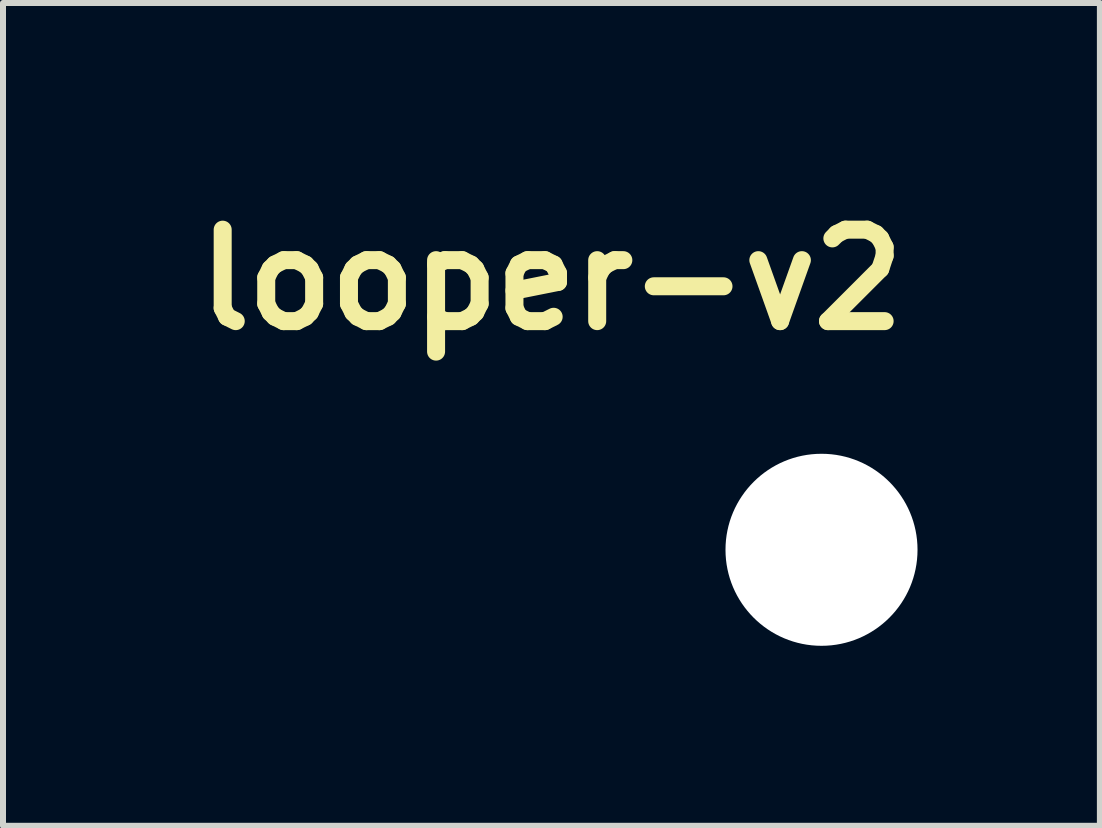
<source format=kicad_pcb>
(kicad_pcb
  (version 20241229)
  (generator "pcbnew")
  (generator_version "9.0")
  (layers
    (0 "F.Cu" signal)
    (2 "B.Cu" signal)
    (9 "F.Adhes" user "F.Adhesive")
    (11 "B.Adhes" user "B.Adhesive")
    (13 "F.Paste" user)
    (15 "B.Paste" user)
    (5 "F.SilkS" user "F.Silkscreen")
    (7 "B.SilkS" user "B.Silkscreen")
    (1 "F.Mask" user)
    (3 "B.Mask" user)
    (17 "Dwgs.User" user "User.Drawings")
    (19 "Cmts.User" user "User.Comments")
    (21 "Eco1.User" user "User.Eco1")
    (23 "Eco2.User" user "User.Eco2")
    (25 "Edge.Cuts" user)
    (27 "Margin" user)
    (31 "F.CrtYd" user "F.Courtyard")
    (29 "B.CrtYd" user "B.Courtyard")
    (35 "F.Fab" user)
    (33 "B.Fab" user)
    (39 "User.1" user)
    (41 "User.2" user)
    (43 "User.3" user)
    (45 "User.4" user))
  (footprint "looper-v2"
    (layer "F.Cu")
    (at 10.64 6.112)
    (property "Reference" "looper-v2" (at -4.5 -4.5 0) (layer "F.SilkS") (effects (font (size 1.524 1.524) (thickness 0.3))))
    (attr through_hole)
    (fp_poly (pts (xy -5.595 -6.101) (xy -5.573 -6.093) (xy -5.56 -6.084) (xy -5.535 -6.063) (xy -5.5 -6.03) (xy -5.454 -5.986) (xy -5.397 -5.932) (xy -5.331 -5.868) (xy -5.256 -5.793) (xy -5.172 -5.71) (xy -5.147 -5.685) (xy -5.08 -5.618) (xy -5.016 -5.554) (xy -4.957 -5.494) (xy -4.903 -5.441) (xy -4.856 -5.393) (xy -4.817 -5.353) (xy -4.787 -5.322) (xy -4.765 -5.3) (xy -4.755 -5.289) (xy -4.754 -5.287) (xy -4.76 -5.281) (xy -4.777 -5.263) (xy -4.804 -5.236) (xy -4.839 -5.199) (xy -4.883 -5.155) (xy -4.935 -5.103) (xy -4.992 -5.046) (xy -5.054 -4.984) (xy -5.121 -4.917) (xy -5.154 -4.884) (xy -5.233 -4.805) (xy -5.302 -4.737) (xy -5.36 -4.679) (xy -5.409 -4.631) (xy -5.45 -4.591) (xy -5.484 -4.559) (xy -5.511 -4.534) (xy -5.533 -4.514) (xy -5.55 -4.5) (xy -5.564 -4.489) (xy -5.575 -4.482) (xy -5.585 -4.478) (xy -5.594 -4.475) (xy -5.595 -4.474) (xy -5.645 -4.469) (xy -5.694 -4.479) (xy -5.738 -4.503) (xy -5.773 -4.538) (xy -5.787 -4.559) (xy -5.799 -4.598) (xy -5.803 -4.642) (xy -5.798 -4.684) (xy -5.79 -4.706) (xy -5.781 -4.718) (xy -5.761 -4.741) (xy -5.733 -4.772) (xy -5.697 -4.811) (xy -5.655 -4.854) (xy -5.609 -4.901) (xy -5.585 -4.926) (xy -5.393 -5.119) (xy -5.715 -5.115) (xy -5.797 -5.115) (xy -5.865 -5.114) (xy -5.92 -5.113) (xy -5.965 -5.111) (xy -6 -5.11) (xy -6.029 -5.108) (xy -6.054 -5.105) (xy -6.075 -5.101) (xy -6.097 -5.097) (xy -6.12 -5.092) (xy -6.127 -5.09) (xy -6.262 -5.05) (xy -6.388 -4.996) (xy -6.504 -4.93) (xy -6.61 -4.852) (xy -6.69 -4.776) (xy -6.747 -4.711) (xy -6.795 -4.645) (xy -6.837 -4.572) (xy -6.858 -4.531) (xy -6.891 -4.454) (xy -6.914 -4.378) (xy -6.928 -4.299) (xy -6.935 -4.214) (xy -6.935 -4.107) (xy -6.923 -4.009) (xy -6.899 -3.916) (xy -6.862 -3.823) (xy -6.852 -3.803) (xy -6.787 -3.692) (xy -6.709 -3.593) (xy -6.619 -3.503) (xy -6.517 -3.426) (xy -6.403 -3.359) (xy -6.277 -3.305) (xy -6.142 -3.262) (xy -6.091 -3.25) (xy -6.082 -3.248) (xy -6.071 -3.247) (xy -6.059 -3.245) (xy -6.045 -3.244) (xy -6.028 -3.242) (xy -6.007 -3.241) (xy -5.981 -3.24) (xy -5.949 -3.239) (xy -5.912 -3.238) (xy -5.867 -3.238) (xy -5.815 -3.237) (xy -5.755 -3.236) (xy -5.685 -3.236) (xy -5.605 -3.236) (xy -5.514 -3.235) (xy -5.412 -3.235) (xy -5.298 -3.235) (xy -5.17 -3.235) (xy -5.029 -3.235) (xy -4.873 -3.235) (xy -4.702 -3.235) (xy -4.514 -3.235) (xy -4.5 -3.235) (xy -4.311 -3.235) (xy -4.139 -3.235) (xy -3.982 -3.235) (xy -3.839 -3.235) (xy -3.71 -3.235) (xy -3.595 -3.235) (xy -3.492 -3.235) (xy -3.4 -3.236) (xy -3.319 -3.236) (xy -3.249 -3.236) (xy -3.187 -3.237) (xy -3.135 -3.238) (xy -3.089 -3.238) (xy -3.051 -3.239) (xy -3.019 -3.24) (xy -2.993 -3.241) (xy -2.971 -3.242) (xy -2.954 -3.244) (xy -2.939 -3.245) (xy -2.927 -3.247) (xy -2.917 -3.248) (xy -2.909 -3.25) (xy -2.77 -3.287) (xy -2.64 -3.338) (xy -2.521 -3.401) (xy -2.413 -3.477) (xy -2.316 -3.566) (xy -2.311 -3.571) (xy -2.251 -3.639) (xy -2.202 -3.708) (xy -2.158 -3.785) (xy -2.142 -3.819) (xy -2.116 -3.877) (xy -2.096 -3.928) (xy -2.083 -3.976) (xy -2.074 -4.027) (xy -2.069 -4.085) (xy -2.068 -4.153) (xy -2.068 -4.174) (xy -2.069 -4.247) (xy -2.073 -4.307) (xy -2.08 -4.359) (xy -2.092 -4.408) (xy -2.11 -4.457) (xy -2.134 -4.513) (xy -2.142 -4.529) (xy -2.184 -4.611) (xy -2.231 -4.682) (xy -2.286 -4.75) (xy -2.311 -4.777) (xy -2.407 -4.866) (xy -2.515 -4.942) (xy -2.634 -5.007) (xy -2.765 -5.059) (xy -2.9 -5.097) (xy -2.919 -5.101) (xy -2.94 -5.104) (xy -2.966 -5.106) (xy -2.998 -5.109) (xy -3.039 -5.111) (xy -3.089 -5.112) (xy -3.15 -5.114) (xy -3.225 -5.115) (xy -3.315 -5.116) (xy -3.345 -5.117) (xy -3.727 -5.122) (xy -3.768 -5.147) (xy -3.807 -5.181) (xy -3.833 -5.221) (xy -3.847 -5.266) (xy -3.847 -5.312) (xy -3.834 -5.356) (xy -3.809 -5.396) (xy -3.772 -5.429) (xy -3.751 -5.44) (xy -3.741 -5.444) (xy -3.73 -5.448) (xy -3.715 -5.45) (xy -3.696 -5.452) (xy -3.669 -5.454) (xy -3.634 -5.455) (xy -3.589 -5.455) (xy -3.532 -5.456) (xy -3.461 -5.456) (xy -3.381 -5.456) (xy -3.279 -5.456) (xy -3.191 -5.455) (xy -3.116 -5.454) (xy -3.051 -5.451) (xy -2.994 -5.448) (xy -2.944 -5.443) (xy -2.897 -5.437) (xy -2.851 -5.429) (xy -2.806 -5.419) (xy -2.757 -5.407) (xy -2.754 -5.406) (xy -2.604 -5.36) (xy -2.462 -5.299) (xy -2.329 -5.224) (xy -2.204 -5.134) (xy -2.089 -5.03) (xy -2.07 -5.011) (xy -1.974 -4.899) (xy -1.893 -4.781) (xy -1.827 -4.656) (xy -1.777 -4.523) (xy -1.748 -4.413) (xy -1.74 -4.376) (xy -1.735 -4.341) (xy -1.732 -4.303) (xy -1.73 -4.258) (xy -1.729 -4.203) (xy -1.729 -4.174) (xy -1.729 -4.113) (xy -1.731 -4.064) (xy -1.733 -4.024) (xy -1.738 -3.988) (xy -1.744 -3.952) (xy -1.748 -3.935) (xy -1.785 -3.799) (xy -1.838 -3.67) (xy -1.905 -3.548) (xy -1.988 -3.432) (xy -2.087 -3.321) (xy -2.122 -3.287) (xy -2.237 -3.189) (xy -2.362 -3.105) (xy -2.497 -3.033) (xy -2.64 -2.976) (xy -2.79 -2.932) (xy -2.946 -2.904) (xy -2.972 -2.901) (xy -2.987 -2.9) (xy -3.018 -2.899) (xy -3.063 -2.899) (xy -3.123 -2.898) (xy -3.195 -2.897) (xy -3.278 -2.897) (xy -3.372 -2.896) (xy -3.475 -2.896) (xy -3.587 -2.895) (xy -3.706 -2.895) (xy -3.831 -2.894) (xy -3.962 -2.894) (xy -4.096 -2.894) (xy -4.233 -2.893) (xy -4.373 -2.893) (xy -4.513 -2.893) (xy -4.653 -2.893) (xy -4.792 -2.893) (xy -4.929 -2.893) (xy -5.062 -2.893) (xy -5.19 -2.893) (xy -5.313 -2.893) (xy -5.43 -2.893) (xy -5.538 -2.894) (xy -5.638 -2.894) (xy -5.729 -2.894) (xy -5.808 -2.895) (xy -5.875 -2.895) (xy -5.93 -2.896) (xy -5.97 -2.896) (xy -5.995 -2.897) (xy -6.002 -2.897) (xy -6.16 -2.922) (xy -6.306 -2.958) (xy -6.445 -3.007) (xy -6.577 -3.07) (xy -6.706 -3.147) (xy -6.722 -3.157) (xy -6.768 -3.192) (xy -6.82 -3.236) (xy -6.876 -3.287) (xy -6.931 -3.342) (xy -6.982 -3.397) (xy -7.027 -3.449) (xy -7.062 -3.495) (xy -7.066 -3.501) (xy -7.137 -3.62) (xy -7.192 -3.74) (xy -7.234 -3.863) (xy -7.252 -3.934) (xy -7.264 -4.004) (xy -7.271 -4.086) (xy -7.273 -4.172) (xy -7.271 -4.259) (xy -7.264 -4.341) (xy -7.253 -4.412) (xy -7.252 -4.414) (xy -7.214 -4.551) (xy -7.162 -4.679) (xy -7.095 -4.8) (xy -7.013 -4.915) (xy -6.916 -5.024) (xy -6.878 -5.061) (xy -6.763 -5.159) (xy -6.638 -5.244) (xy -6.503 -5.316) (xy -6.36 -5.373) (xy -6.231 -5.411) (xy -6.178 -5.423) (xy -6.127 -5.433) (xy -6.076 -5.44) (xy -6.022 -5.446) (xy -5.963 -5.451) (xy -5.895 -5.454) (xy -5.817 -5.456) (xy -5.726 -5.456) (xy -5.674 -5.456) (xy -5.394 -5.456) (xy -5.589 -5.653) (xy -5.646 -5.711) (xy -5.692 -5.758) (xy -5.729 -5.797) (xy -5.756 -5.828) (xy -5.776 -5.854) (xy -5.79 -5.877) (xy -5.798 -5.896) (xy -5.802 -5.915) (xy -5.803 -5.935) (xy -5.802 -5.958) (xy -5.802 -5.961) (xy -5.79 -6.008) (xy -5.765 -6.047) (xy -5.73 -6.078) (xy -5.688 -6.099) (xy -5.642 -6.107) (xy -5.595 -6.101)) (stroke (width 0.01) (type solid)) (fill yes) (layer "F.Mask"))
    (fp_poly (pts (xy -5.595 -6.101) (xy -5.573 -6.093) (xy -5.56 -6.084) (xy -5.535 -6.063) (xy -5.5 -6.03) (xy -5.454 -5.986) (xy -5.397 -5.932) (xy -5.331 -5.868) (xy -5.256 -5.793) (xy -5.172 -5.71) (xy -5.147 -5.685) (xy -5.08 -5.618) (xy -5.016 -5.554) (xy -4.957 -5.494) (xy -4.903 -5.441) (xy -4.856 -5.393) (xy -4.817 -5.353) (xy -4.787 -5.322) (xy -4.765 -5.3) (xy -4.755 -5.289) (xy -4.754 -5.287) (xy -4.76 -5.281) (xy -4.777 -5.263) (xy -4.804 -5.236) (xy -4.839 -5.199) (xy -4.883 -5.155) (xy -4.935 -5.103) (xy -4.992 -5.046) (xy -5.054 -4.984) (xy -5.121 -4.917) (xy -5.154 -4.884) (xy -5.233 -4.805) (xy -5.302 -4.737) (xy -5.36 -4.679) (xy -5.409 -4.631) (xy -5.45 -4.591) (xy -5.484 -4.559) (xy -5.511 -4.534) (xy -5.533 -4.514) (xy -5.55 -4.5) (xy -5.564 -4.489) (xy -5.575 -4.482) (xy -5.585 -4.478) (xy -5.594 -4.475) (xy -5.595 -4.474) (xy -5.645 -4.469) (xy -5.694 -4.479) (xy -5.738 -4.503) (xy -5.773 -4.538) (xy -5.787 -4.559) (xy -5.799 -4.598) (xy -5.803 -4.642) (xy -5.798 -4.684) (xy -5.79 -4.706) (xy -5.781 -4.718) (xy -5.761 -4.741) (xy -5.733 -4.772) (xy -5.697 -4.811) (xy -5.655 -4.854) (xy -5.609 -4.901) (xy -5.585 -4.926) (xy -5.393 -5.119) (xy -5.715 -5.115) (xy -5.797 -5.115) (xy -5.865 -5.114) (xy -5.92 -5.113) (xy -5.965 -5.111) (xy -6 -5.11) (xy -6.029 -5.108) (xy -6.054 -5.105) (xy -6.075 -5.101) (xy -6.097 -5.097) (xy -6.12 -5.092) (xy -6.127 -5.09) (xy -6.262 -5.05) (xy -6.388 -4.996) (xy -6.504 -4.93) (xy -6.61 -4.852) (xy -6.69 -4.776) (xy -6.747 -4.711) (xy -6.795 -4.645) (xy -6.837 -4.572) (xy -6.858 -4.531) (xy -6.891 -4.454) (xy -6.914 -4.378) (xy -6.928 -4.299) (xy -6.935 -4.214) (xy -6.935 -4.107) (xy -6.923 -4.009) (xy -6.899 -3.916) (xy -6.862 -3.823) (xy -6.852 -3.803) (xy -6.787 -3.692) (xy -6.709 -3.593) (xy -6.619 -3.503) (xy -6.517 -3.426) (xy -6.403 -3.359) (xy -6.277 -3.305) (xy -6.142 -3.262) (xy -6.091 -3.25) (xy -6.082 -3.248) (xy -6.071 -3.247) (xy -6.059 -3.245) (xy -6.045 -3.244) (xy -6.028 -3.242) (xy -6.007 -3.241) (xy -5.981 -3.24) (xy -5.949 -3.239) (xy -5.912 -3.238) (xy -5.867 -3.238) (xy -5.815 -3.237) (xy -5.755 -3.236) (xy -5.685 -3.236) (xy -5.605 -3.236) (xy -5.514 -3.235) (xy -5.412 -3.235) (xy -5.298 -3.235) (xy -5.17 -3.235) (xy -5.029 -3.235) (xy -4.873 -3.235) (xy -4.702 -3.235) (xy -4.514 -3.235) (xy -4.5 -3.235) (xy -4.311 -3.235) (xy -4.139 -3.235) (xy -3.982 -3.235) (xy -3.839 -3.235) (xy -3.71 -3.235) (xy -3.595 -3.235) (xy -3.492 -3.235) (xy -3.4 -3.236) (xy -3.319 -3.236) (xy -3.249 -3.236) (xy -3.187 -3.237) (xy -3.135 -3.238) (xy -3.089 -3.238) (xy -3.051 -3.239) (xy -3.019 -3.24) (xy -2.993 -3.241) (xy -2.971 -3.242) (xy -2.954 -3.244) (xy -2.939 -3.245) (xy -2.927 -3.247) (xy -2.917 -3.248) (xy -2.909 -3.25) (xy -2.77 -3.287) (xy -2.64 -3.338) (xy -2.521 -3.401) (xy -2.413 -3.477) (xy -2.316 -3.566) (xy -2.311 -3.571) (xy -2.251 -3.639) (xy -2.202 -3.708) (xy -2.158 -3.785) (xy -2.142 -3.819) (xy -2.116 -3.877) (xy -2.096 -3.928) (xy -2.083 -3.976) (xy -2.074 -4.027) (xy -2.069 -4.085) (xy -2.068 -4.153) (xy -2.068 -4.174) (xy -2.069 -4.247) (xy -2.073 -4.307) (xy -2.08 -4.359) (xy -2.092 -4.408) (xy -2.11 -4.457) (xy -2.134 -4.513) (xy -2.142 -4.529) (xy -2.184 -4.611) (xy -2.231 -4.682) (xy -2.286 -4.75) (xy -2.311 -4.777) (xy -2.407 -4.866) (xy -2.515 -4.942) (xy -2.634 -5.007) (xy -2.765 -5.059) (xy -2.9 -5.097) (xy -2.919 -5.101) (xy -2.94 -5.104) (xy -2.966 -5.106) (xy -2.998 -5.109) (xy -3.039 -5.111) (xy -3.089 -5.112) (xy -3.15 -5.114) (xy -3.225 -5.115) (xy -3.315 -5.116) (xy -3.345 -5.117) (xy -3.727 -5.122) (xy -3.768 -5.147) (xy -3.807 -5.181) (xy -3.833 -5.221) (xy -3.847 -5.266) (xy -3.847 -5.312) (xy -3.834 -5.356) (xy -3.809 -5.396) (xy -3.772 -5.429) (xy -3.751 -5.44) (xy -3.741 -5.444) (xy -3.73 -5.448) (xy -3.715 -5.45) (xy -3.696 -5.452) (xy -3.669 -5.454) (xy -3.634 -5.455) (xy -3.589 -5.455) (xy -3.532 -5.456) (xy -3.461 -5.456) (xy -3.381 -5.456) (xy -3.279 -5.456) (xy -3.191 -5.455) (xy -3.116 -5.454) (xy -3.051 -5.451) (xy -2.994 -5.448) (xy -2.944 -5.443) (xy -2.897 -5.437) (xy -2.851 -5.429) (xy -2.806 -5.419) (xy -2.757 -5.407) (xy -2.754 -5.406) (xy -2.604 -5.36) (xy -2.462 -5.299) (xy -2.329 -5.224) (xy -2.204 -5.134) (xy -2.089 -5.03) (xy -2.07 -5.011) (xy -1.974 -4.899) (xy -1.893 -4.781) (xy -1.827 -4.656) (xy -1.777 -4.523) (xy -1.748 -4.413) (xy -1.74 -4.376) (xy -1.735 -4.341) (xy -1.732 -4.303) (xy -1.73 -4.258) (xy -1.729 -4.203) (xy -1.729 -4.174) (xy -1.729 -4.113) (xy -1.731 -4.064) (xy -1.733 -4.024) (xy -1.738 -3.988) (xy -1.744 -3.952) (xy -1.748 -3.935) (xy -1.785 -3.799) (xy -1.838 -3.67) (xy -1.905 -3.548) (xy -1.988 -3.432) (xy -2.087 -3.321) (xy -2.122 -3.287) (xy -2.237 -3.189) (xy -2.362 -3.105) (xy -2.497 -3.033) (xy -2.64 -2.976) (xy -2.79 -2.932) (xy -2.946 -2.904) (xy -2.972 -2.901) (xy -2.987 -2.9) (xy -3.018 -2.899) (xy -3.063 -2.899) (xy -3.123 -2.898) (xy -3.195 -2.897) (xy -3.278 -2.897) (xy -3.372 -2.896) (xy -3.475 -2.896) (xy -3.587 -2.895) (xy -3.706 -2.895) (xy -3.831 -2.894) (xy -3.962 -2.894) (xy -4.096 -2.894) (xy -4.233 -2.893) (xy -4.373 -2.893) (xy -4.513 -2.893) (xy -4.653 -2.893) (xy -4.792 -2.893) (xy -4.929 -2.893) (xy -5.062 -2.893) (xy -5.19 -2.893) (xy -5.313 -2.893) (xy -5.43 -2.893) (xy -5.538 -2.894) (xy -5.638 -2.894) (xy -5.729 -2.894) (xy -5.808 -2.895) (xy -5.875 -2.895) (xy -5.93 -2.896) (xy -5.97 -2.896) (xy -5.995 -2.897) (xy -6.002 -2.897) (xy -6.16 -2.922) (xy -6.306 -2.958) (xy -6.445 -3.007) (xy -6.577 -3.07) (xy -6.706 -3.147) (xy -6.722 -3.157) (xy -6.768 -3.192) (xy -6.82 -3.236) (xy -6.876 -3.287) (xy -6.931 -3.342) (xy -6.982 -3.397) (xy -7.027 -3.449) (xy -7.062 -3.495) (xy -7.066 -3.501) (xy -7.137 -3.62) (xy -7.192 -3.74) (xy -7.234 -3.863) (xy -7.252 -3.934) (xy -7.264 -4.004) (xy -7.271 -4.086) (xy -7.273 -4.172) (xy -7.271 -4.259) (xy -7.264 -4.341) (xy -7.253 -4.412) (xy -7.252 -4.414) (xy -7.214 -4.551) (xy -7.162 -4.679) (xy -7.095 -4.8) (xy -7.013 -4.915) (xy -6.916 -5.024) (xy -6.878 -5.061) (xy -6.763 -5.159) (xy -6.638 -5.244) (xy -6.503 -5.316) (xy -6.36 -5.373) (xy -6.231 -5.411) (xy -6.178 -5.423) (xy -6.127 -5.433) (xy -6.076 -5.44) (xy -6.022 -5.446) (xy -5.963 -5.451) (xy -5.895 -5.454) (xy -5.817 -5.456) (xy -5.726 -5.456) (xy -5.674 -5.456) (xy -5.394 -5.456) (xy -5.589 -5.653) (xy -5.646 -5.711) (xy -5.692 -5.758) (xy -5.729 -5.797) (xy -5.756 -5.828) (xy -5.776 -5.854) (xy -5.79 -5.877) (xy -5.798 -5.896) (xy -5.802 -5.915) (xy -5.803 -5.935) (xy -5.802 -5.958) (xy -5.802 -5.961) (xy -5.79 -6.008) (xy -5.765 -6.047) (xy -5.73 -6.078) (xy -5.688 -6.099) (xy -5.642 -6.107) (xy -5.595 -6.101)) (stroke (width 0.01) (type solid)) (fill yes) (layer "B.Mask"))
    (pad "" np_thru_hole circle (at 0 0) (size 3.2 3.2) (drill 3.2) (layers "*.Cu" "*.Mask")))
  (gr_rect
    (start -3 -3)
    (end 15.279 10.712)
    (stroke (width 0.1) (type default))
    (fill no)
    (layer "Edge.Cuts")))
</source>
